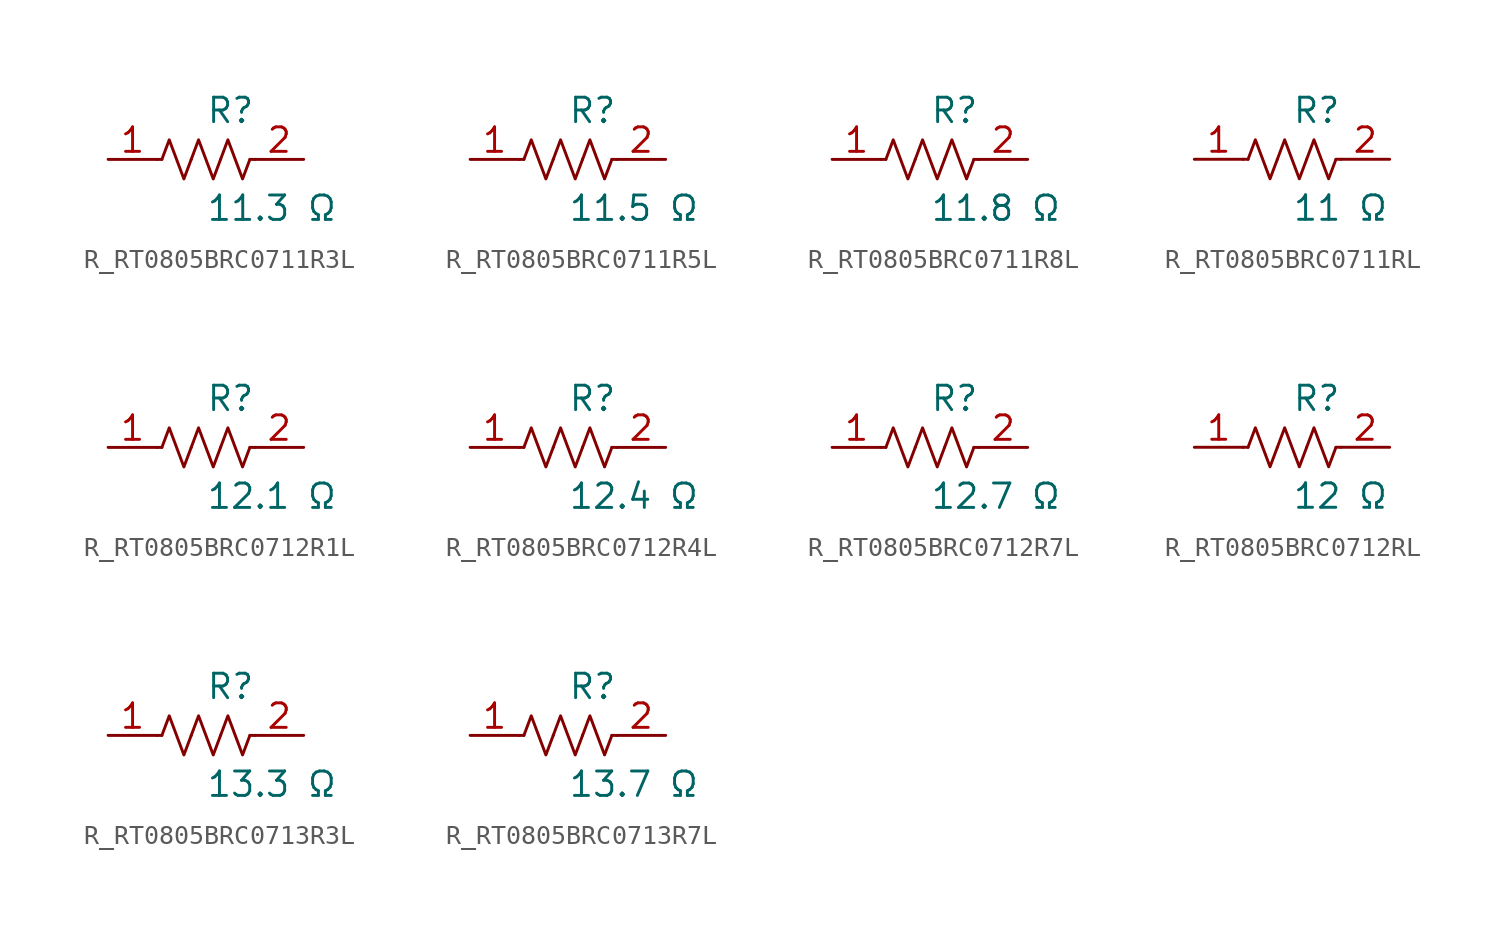
<source format=kicad_sym>
(kicad_symbol_lib
  (version 20231120)
  (generator kicad_symbol_editor)
  (generator_version 8.0)
  (symbol "R_RT0805BRC0711R3L"
    (pin_names
      (offset 0.254))
    (property "Reference" "R"
      (at 0.0 2.54 0)
      (effects (font (size 1.27 1.27)) (justify left)))
    (property "Value" "11.3 Ω"
      (at 0.0 -2.54 0)
      (effects (font (size 1.27 1.27)) (justify left)))
    (symbol "R_RT0805BRC0711R3L_0_1"
      (polyline (pts (xy 2.286 0) (xy 2.54 0)) (stroke (width 0) (type default)) (fill (type none)))
      (polyline (pts (xy -2.286 0) (xy -2.54 0)) (stroke (width 0) (type default)) (fill (type none)))
      (polyline (pts (xy 0.762 0) (xy 1.143 1.016) (xy 1.524 0) (xy 1.905 -1.016) (xy 2.286 0)) (stroke (width 0) (type default)) (fill (type none)))
      (polyline (pts (xy -0.762 0) (xy -0.381 1.016) (xy 0 0) (xy 0.381 -1.016) (xy 0.762 0)) (stroke (width 0) (type default)) (fill (type none)))
      (polyline (pts (xy -2.286 0) (xy -1.905 1.016) (xy -1.524 0) (xy -1.143 -1.016) (xy -0.762 0)) (stroke (width 0) (type default)) (fill (type none))))
    (pin unspecified line
      (at -5.08 0 0)
      (length 2.54)
      (name "" (effects (font (size 1.27 1.27))))
      (number "1" (effects (font (size 1.27 1.27)))))
    (pin unspecified line
      (at 5.08 0 180)
      (length 2.54)
      (name "" (effects (font (size 1.27 1.27))))
      (number "2" (effects (font (size 1.27 1.27))))))
  (symbol "R_RT0805BRC0711R5L"
    (pin_names
      (offset 0.254))
    (property "Reference" "R"
      (at 0.0 2.54 0)
      (effects (font (size 1.27 1.27)) (justify left)))
    (property "Value" "11.5 Ω"
      (at 0.0 -2.54 0)
      (effects (font (size 1.27 1.27)) (justify left)))
    (symbol "R_RT0805BRC0711R5L_0_1"
      (polyline (pts (xy 2.286 0) (xy 2.54 0)) (stroke (width 0) (type default)) (fill (type none)))
      (polyline (pts (xy -2.286 0) (xy -2.54 0)) (stroke (width 0) (type default)) (fill (type none)))
      (polyline (pts (xy 0.762 0) (xy 1.143 1.016) (xy 1.524 0) (xy 1.905 -1.016) (xy 2.286 0)) (stroke (width 0) (type default)) (fill (type none)))
      (polyline (pts (xy -0.762 0) (xy -0.381 1.016) (xy 0 0) (xy 0.381 -1.016) (xy 0.762 0)) (stroke (width 0) (type default)) (fill (type none)))
      (polyline (pts (xy -2.286 0) (xy -1.905 1.016) (xy -1.524 0) (xy -1.143 -1.016) (xy -0.762 0)) (stroke (width 0) (type default)) (fill (type none))))
    (pin unspecified line
      (at -5.08 0 0)
      (length 2.54)
      (name "" (effects (font (size 1.27 1.27))))
      (number "1" (effects (font (size 1.27 1.27)))))
    (pin unspecified line
      (at 5.08 0 180)
      (length 2.54)
      (name "" (effects (font (size 1.27 1.27))))
      (number "2" (effects (font (size 1.27 1.27))))))
  (symbol "R_RT0805BRC0711R8L"
    (pin_names
      (offset 0.254))
    (property "Reference" "R"
      (at 0.0 2.54 0)
      (effects (font (size 1.27 1.27)) (justify left)))
    (property "Value" "11.8 Ω"
      (at 0.0 -2.54 0)
      (effects (font (size 1.27 1.27)) (justify left)))
    (symbol "R_RT0805BRC0711R8L_0_1"
      (polyline (pts (xy 2.286 0) (xy 2.54 0)) (stroke (width 0) (type default)) (fill (type none)))
      (polyline (pts (xy -2.286 0) (xy -2.54 0)) (stroke (width 0) (type default)) (fill (type none)))
      (polyline (pts (xy 0.762 0) (xy 1.143 1.016) (xy 1.524 0) (xy 1.905 -1.016) (xy 2.286 0)) (stroke (width 0) (type default)) (fill (type none)))
      (polyline (pts (xy -0.762 0) (xy -0.381 1.016) (xy 0 0) (xy 0.381 -1.016) (xy 0.762 0)) (stroke (width 0) (type default)) (fill (type none)))
      (polyline (pts (xy -2.286 0) (xy -1.905 1.016) (xy -1.524 0) (xy -1.143 -1.016) (xy -0.762 0)) (stroke (width 0) (type default)) (fill (type none))))
    (pin unspecified line
      (at -5.08 0 0)
      (length 2.54)
      (name "" (effects (font (size 1.27 1.27))))
      (number "1" (effects (font (size 1.27 1.27)))))
    (pin unspecified line
      (at 5.08 0 180)
      (length 2.54)
      (name "" (effects (font (size 1.27 1.27))))
      (number "2" (effects (font (size 1.27 1.27))))))
  (symbol "R_RT0805BRC0711RL"
    (pin_names
      (offset 0.254))
    (property "Reference" "R"
      (at 0.0 2.54 0)
      (effects (font (size 1.27 1.27)) (justify left)))
    (property "Value" "11 Ω"
      (at 0.0 -2.54 0)
      (effects (font (size 1.27 1.27)) (justify left)))
    (symbol "R_RT0805BRC0711RL_0_1"
      (polyline (pts (xy 2.286 0) (xy 2.54 0)) (stroke (width 0) (type default)) (fill (type none)))
      (polyline (pts (xy -2.286 0) (xy -2.54 0)) (stroke (width 0) (type default)) (fill (type none)))
      (polyline (pts (xy 0.762 0) (xy 1.143 1.016) (xy 1.524 0) (xy 1.905 -1.016) (xy 2.286 0)) (stroke (width 0) (type default)) (fill (type none)))
      (polyline (pts (xy -0.762 0) (xy -0.381 1.016) (xy 0 0) (xy 0.381 -1.016) (xy 0.762 0)) (stroke (width 0) (type default)) (fill (type none)))
      (polyline (pts (xy -2.286 0) (xy -1.905 1.016) (xy -1.524 0) (xy -1.143 -1.016) (xy -0.762 0)) (stroke (width 0) (type default)) (fill (type none))))
    (pin unspecified line
      (at -5.08 0 0)
      (length 2.54)
      (name "" (effects (font (size 1.27 1.27))))
      (number "1" (effects (font (size 1.27 1.27)))))
    (pin unspecified line
      (at 5.08 0 180)
      (length 2.54)
      (name "" (effects (font (size 1.27 1.27))))
      (number "2" (effects (font (size 1.27 1.27))))))
  (symbol "R_RT0805BRC0712R1L"
    (pin_names
      (offset 0.254))
    (property "Reference" "R"
      (at 0.0 2.54 0)
      (effects (font (size 1.27 1.27)) (justify left)))
    (property "Value" "12.1 Ω"
      (at 0.0 -2.54 0)
      (effects (font (size 1.27 1.27)) (justify left)))
    (symbol "R_RT0805BRC0712R1L_0_1"
      (polyline (pts (xy 2.286 0) (xy 2.54 0)) (stroke (width 0) (type default)) (fill (type none)))
      (polyline (pts (xy -2.286 0) (xy -2.54 0)) (stroke (width 0) (type default)) (fill (type none)))
      (polyline (pts (xy 0.762 0) (xy 1.143 1.016) (xy 1.524 0) (xy 1.905 -1.016) (xy 2.286 0)) (stroke (width 0) (type default)) (fill (type none)))
      (polyline (pts (xy -0.762 0) (xy -0.381 1.016) (xy 0 0) (xy 0.381 -1.016) (xy 0.762 0)) (stroke (width 0) (type default)) (fill (type none)))
      (polyline (pts (xy -2.286 0) (xy -1.905 1.016) (xy -1.524 0) (xy -1.143 -1.016) (xy -0.762 0)) (stroke (width 0) (type default)) (fill (type none))))
    (pin unspecified line
      (at -5.08 0 0)
      (length 2.54)
      (name "" (effects (font (size 1.27 1.27))))
      (number "1" (effects (font (size 1.27 1.27)))))
    (pin unspecified line
      (at 5.08 0 180)
      (length 2.54)
      (name "" (effects (font (size 1.27 1.27))))
      (number "2" (effects (font (size 1.27 1.27))))))
  (symbol "R_RT0805BRC0712R4L"
    (pin_names
      (offset 0.254))
    (property "Reference" "R"
      (at 0.0 2.54 0)
      (effects (font (size 1.27 1.27)) (justify left)))
    (property "Value" "12.4 Ω"
      (at 0.0 -2.54 0)
      (effects (font (size 1.27 1.27)) (justify left)))
    (symbol "R_RT0805BRC0712R4L_0_1"
      (polyline (pts (xy 2.286 0) (xy 2.54 0)) (stroke (width 0) (type default)) (fill (type none)))
      (polyline (pts (xy -2.286 0) (xy -2.54 0)) (stroke (width 0) (type default)) (fill (type none)))
      (polyline (pts (xy 0.762 0) (xy 1.143 1.016) (xy 1.524 0) (xy 1.905 -1.016) (xy 2.286 0)) (stroke (width 0) (type default)) (fill (type none)))
      (polyline (pts (xy -0.762 0) (xy -0.381 1.016) (xy 0 0) (xy 0.381 -1.016) (xy 0.762 0)) (stroke (width 0) (type default)) (fill (type none)))
      (polyline (pts (xy -2.286 0) (xy -1.905 1.016) (xy -1.524 0) (xy -1.143 -1.016) (xy -0.762 0)) (stroke (width 0) (type default)) (fill (type none))))
    (pin unspecified line
      (at -5.08 0 0)
      (length 2.54)
      (name "" (effects (font (size 1.27 1.27))))
      (number "1" (effects (font (size 1.27 1.27)))))
    (pin unspecified line
      (at 5.08 0 180)
      (length 2.54)
      (name "" (effects (font (size 1.27 1.27))))
      (number "2" (effects (font (size 1.27 1.27))))))
  (symbol "R_RT0805BRC0712R7L"
    (pin_names
      (offset 0.254))
    (property "Reference" "R"
      (at 0.0 2.54 0)
      (effects (font (size 1.27 1.27)) (justify left)))
    (property "Value" "12.7 Ω"
      (at 0.0 -2.54 0)
      (effects (font (size 1.27 1.27)) (justify left)))
    (symbol "R_RT0805BRC0712R7L_0_1"
      (polyline (pts (xy 2.286 0) (xy 2.54 0)) (stroke (width 0) (type default)) (fill (type none)))
      (polyline (pts (xy -2.286 0) (xy -2.54 0)) (stroke (width 0) (type default)) (fill (type none)))
      (polyline (pts (xy 0.762 0) (xy 1.143 1.016) (xy 1.524 0) (xy 1.905 -1.016) (xy 2.286 0)) (stroke (width 0) (type default)) (fill (type none)))
      (polyline (pts (xy -0.762 0) (xy -0.381 1.016) (xy 0 0) (xy 0.381 -1.016) (xy 0.762 0)) (stroke (width 0) (type default)) (fill (type none)))
      (polyline (pts (xy -2.286 0) (xy -1.905 1.016) (xy -1.524 0) (xy -1.143 -1.016) (xy -0.762 0)) (stroke (width 0) (type default)) (fill (type none))))
    (pin unspecified line
      (at -5.08 0 0)
      (length 2.54)
      (name "" (effects (font (size 1.27 1.27))))
      (number "1" (effects (font (size 1.27 1.27)))))
    (pin unspecified line
      (at 5.08 0 180)
      (length 2.54)
      (name "" (effects (font (size 1.27 1.27))))
      (number "2" (effects (font (size 1.27 1.27))))))
  (symbol "R_RT0805BRC0712RL"
    (pin_names
      (offset 0.254))
    (property "Reference" "R"
      (at 0.0 2.54 0)
      (effects (font (size 1.27 1.27)) (justify left)))
    (property "Value" "12 Ω"
      (at 0.0 -2.54 0)
      (effects (font (size 1.27 1.27)) (justify left)))
    (symbol "R_RT0805BRC0712RL_0_1"
      (polyline (pts (xy 2.286 0) (xy 2.54 0)) (stroke (width 0) (type default)) (fill (type none)))
      (polyline (pts (xy -2.286 0) (xy -2.54 0)) (stroke (width 0) (type default)) (fill (type none)))
      (polyline (pts (xy 0.762 0) (xy 1.143 1.016) (xy 1.524 0) (xy 1.905 -1.016) (xy 2.286 0)) (stroke (width 0) (type default)) (fill (type none)))
      (polyline (pts (xy -0.762 0) (xy -0.381 1.016) (xy 0 0) (xy 0.381 -1.016) (xy 0.762 0)) (stroke (width 0) (type default)) (fill (type none)))
      (polyline (pts (xy -2.286 0) (xy -1.905 1.016) (xy -1.524 0) (xy -1.143 -1.016) (xy -0.762 0)) (stroke (width 0) (type default)) (fill (type none))))
    (pin unspecified line
      (at -5.08 0 0)
      (length 2.54)
      (name "" (effects (font (size 1.27 1.27))))
      (number "1" (effects (font (size 1.27 1.27)))))
    (pin unspecified line
      (at 5.08 0 180)
      (length 2.54)
      (name "" (effects (font (size 1.27 1.27))))
      (number "2" (effects (font (size 1.27 1.27))))))
  (symbol "R_RT0805BRC0713R3L"
    (pin_names
      (offset 0.254))
    (property "Reference" "R"
      (at 0.0 2.54 0)
      (effects (font (size 1.27 1.27)) (justify left)))
    (property "Value" "13.3 Ω"
      (at 0.0 -2.54 0)
      (effects (font (size 1.27 1.27)) (justify left)))
    (symbol "R_RT0805BRC0713R3L_0_1"
      (polyline (pts (xy 2.286 0) (xy 2.54 0)) (stroke (width 0) (type default)) (fill (type none)))
      (polyline (pts (xy -2.286 0) (xy -2.54 0)) (stroke (width 0) (type default)) (fill (type none)))
      (polyline (pts (xy 0.762 0) (xy 1.143 1.016) (xy 1.524 0) (xy 1.905 -1.016) (xy 2.286 0)) (stroke (width 0) (type default)) (fill (type none)))
      (polyline (pts (xy -0.762 0) (xy -0.381 1.016) (xy 0 0) (xy 0.381 -1.016) (xy 0.762 0)) (stroke (width 0) (type default)) (fill (type none)))
      (polyline (pts (xy -2.286 0) (xy -1.905 1.016) (xy -1.524 0) (xy -1.143 -1.016) (xy -0.762 0)) (stroke (width 0) (type default)) (fill (type none))))
    (pin unspecified line
      (at -5.08 0 0)
      (length 2.54)
      (name "" (effects (font (size 1.27 1.27))))
      (number "1" (effects (font (size 1.27 1.27)))))
    (pin unspecified line
      (at 5.08 0 180)
      (length 2.54)
      (name "" (effects (font (size 1.27 1.27))))
      (number "2" (effects (font (size 1.27 1.27))))))
  (symbol "R_RT0805BRC0713R7L"
    (pin_names
      (offset 0.254))
    (property "Reference" "R"
      (at 0.0 2.54 0)
      (effects (font (size 1.27 1.27)) (justify left)))
    (property "Value" "13.7 Ω"
      (at 0.0 -2.54 0)
      (effects (font (size 1.27 1.27)) (justify left)))
    (symbol "R_RT0805BRC0713R7L_0_1"
      (polyline (pts (xy 2.286 0) (xy 2.54 0)) (stroke (width 0) (type default)) (fill (type none)))
      (polyline (pts (xy -2.286 0) (xy -2.54 0)) (stroke (width 0) (type default)) (fill (type none)))
      (polyline (pts (xy 0.762 0) (xy 1.143 1.016) (xy 1.524 0) (xy 1.905 -1.016) (xy 2.286 0)) (stroke (width 0) (type default)) (fill (type none)))
      (polyline (pts (xy -0.762 0) (xy -0.381 1.016) (xy 0 0) (xy 0.381 -1.016) (xy 0.762 0)) (stroke (width 0) (type default)) (fill (type none)))
      (polyline (pts (xy -2.286 0) (xy -1.905 1.016) (xy -1.524 0) (xy -1.143 -1.016) (xy -0.762 0)) (stroke (width 0) (type default)) (fill (type none))))
    (pin unspecified line
      (at -5.08 0 0)
      (length 2.54)
      (name "" (effects (font (size 1.27 1.27))))
      (number "1" (effects (font (size 1.27 1.27)))))
    (pin unspecified line
      (at 5.08 0 180)
      (length 2.54)
      (name "" (effects (font (size 1.27 1.27))))
      (number "2" (effects (font (size 1.27 1.27)))))))
</source>
